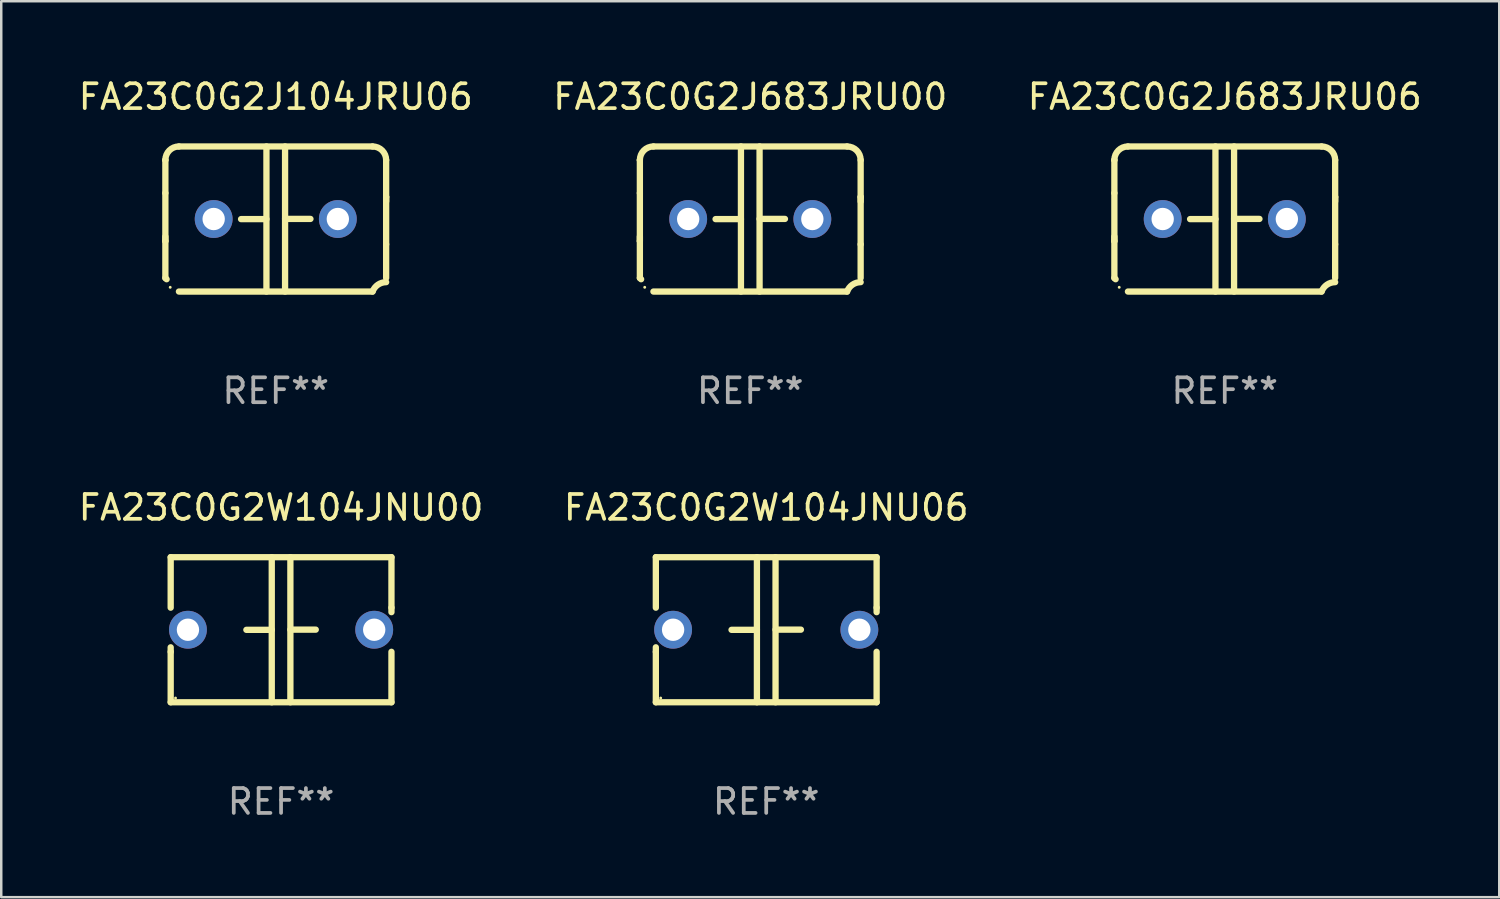
<source format=kicad_pcb>
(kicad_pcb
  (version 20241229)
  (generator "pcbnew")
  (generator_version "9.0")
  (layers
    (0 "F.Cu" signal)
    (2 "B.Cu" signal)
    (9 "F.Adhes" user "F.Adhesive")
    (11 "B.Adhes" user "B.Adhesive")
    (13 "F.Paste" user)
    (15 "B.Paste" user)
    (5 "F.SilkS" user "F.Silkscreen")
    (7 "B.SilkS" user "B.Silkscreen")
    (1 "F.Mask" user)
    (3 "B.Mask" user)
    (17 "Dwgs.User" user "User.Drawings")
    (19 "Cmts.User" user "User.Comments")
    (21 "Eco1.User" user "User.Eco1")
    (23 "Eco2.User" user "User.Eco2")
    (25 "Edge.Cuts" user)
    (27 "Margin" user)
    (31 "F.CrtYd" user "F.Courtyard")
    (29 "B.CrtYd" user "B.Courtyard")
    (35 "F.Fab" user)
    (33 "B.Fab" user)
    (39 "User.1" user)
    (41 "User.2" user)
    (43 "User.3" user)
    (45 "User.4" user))
  (footprint "FA23C0G2J104JRU06"
    (layer "F.Cu")
    (at 8.054 5.769)
    (property "Reference" "FA23C0G2J104JRU06" (at 0 -4.921 0) (layer "F.SilkS") (effects (font (size 1 1) (thickness 0.15))))
    (attr through_hole)
    (fp_line (start -4.445 2.375) (end -4.445 0.889) (stroke (width 0.254) (type solid)) (layer "F.SilkS"))
    (fp_line (start -4.445 -2.375) (end -4.445 -2.375) (stroke (width 0.254) (type solid)) (layer "F.SilkS"))
    (fp_line (start -4.445 -1.045) (end -4.445 -2.375) (stroke (width 0.254) (type solid)) (layer "F.SilkS"))
    (fp_line (start -4.445 -1.045) (end -4.445 0.889) (stroke (width 0.254) (type solid)) (layer "F.SilkS"))
    (fp_line (start -4.445 0.889) (end -4.445 0.708) (stroke (width 0.254) (type solid)) (layer "F.SilkS"))
    (fp_line (start -3.899 -2.921) (end 3.899 -2.921) (stroke (width 0.254) (type solid)) (layer "F.SilkS"))
    (fp_line (start -0.375 0.004) (end -1.397 0.004) (stroke (width 0.254) (type solid)) (layer "F.SilkS"))
    (fp_line (start -0.375 2.921) (end -0.375 -2.921) (stroke (width 0.254) (type solid)) (layer "F.SilkS"))
    (fp_line (start 0.375 -2.921) (end 0.375 2.921) (stroke (width 0.254) (type solid)) (layer "F.SilkS"))
    (fp_line (start 0.375 -0.004) (end 1.397 -0.004) (stroke (width 0.254) (type solid)) (layer "F.SilkS"))
    (fp_line (start 3.899 2.921) (end -3.899 2.921) (stroke (width 0.254) (type solid)) (layer "F.SilkS"))
    (fp_line (start 4.445 -0.889) (end 4.445 -0.708) (stroke (width 0.254) (type solid)) (layer "F.SilkS"))
    (fp_line (start 4.445 -0.889) (end 4.445 1.02) (stroke (width 0.254) (type solid)) (layer "F.SilkS"))
    (fp_line (start 4.445 1.02) (end 4.445 2.375) (stroke (width 0.254) (type solid)) (layer "F.SilkS"))
    (fp_line (start 4.445 -2.375) (end 4.445 -0.889) (stroke (width 0.254) (type solid)) (layer "F.SilkS"))
    (fp_arc (start -4.445034 -2.374778) (mid -4.285049 -2.761028) (end -3.898806 -2.921031) (stroke (width 0.254001) (type solid)) (layer "F.SilkS"))
    (fp_arc (start -4.445034 2.374803) (mid -4.4201 2.399713) (end -4.395166 2.424624) (stroke (width 0.254001) (type solid)) (layer "F.SilkS"))
    (fp_arc (start 3.898781 -2.921031) (mid 4.285035 -2.76105) (end 4.445034 -2.374803) (stroke (width 0.254001) (type solid)) (layer "F.SilkS"))
    (fp_arc (start 3.898806 2.921031) (mid 4.112864 2.64665) (end 4.445037 2.542888) (stroke (width 0.254001) (type solid)) (layer "F.SilkS"))
    (fp_circle (center -4.25 2.75) (end -4.22 2.75) (stroke (width 0.06) (type solid)) (fill no) (layer "F.SilkS"))
    (fp_text user "REF**" (at 0 6.921 0) (layer "F.Fab") (effects (font (size 1 1) (thickness 0.15))))
    (pad "1" thru_hole circle (at -2.5 0) (size 1.524 1.524) (drill 0.9) (layers "*.Cu" "*.Mask"))
    (pad "2" thru_hole circle (at 2.5 0) (size 1.524 1.524) (drill 0.9) (layers "*.Cu" "*.Mask")))
  (footprint "FA23C0G2J683JRU06"
    (layer "F.Cu")
    (at 46.268 5.769)
    (property "Reference" "FA23C0G2J683JRU06" (at 0 -4.921 0) (layer "F.SilkS") (effects (font (size 1 1) (thickness 0.15))))
    (attr through_hole)
    (fp_line (start -4.445 2.375) (end -4.445 0.889) (stroke (width 0.254) (type solid)) (layer "F.SilkS"))
    (fp_line (start -4.445 -2.375) (end -4.445 -2.375) (stroke (width 0.254) (type solid)) (layer "F.SilkS"))
    (fp_line (start -4.445 -1.045) (end -4.445 -2.375) (stroke (width 0.254) (type solid)) (layer "F.SilkS"))
    (fp_line (start -4.445 -1.045) (end -4.445 0.889) (stroke (width 0.254) (type solid)) (layer "F.SilkS"))
    (fp_line (start -4.445 0.889) (end -4.445 0.708) (stroke (width 0.254) (type solid)) (layer "F.SilkS"))
    (fp_line (start -3.899 -2.921) (end 3.899 -2.921) (stroke (width 0.254) (type solid)) (layer "F.SilkS"))
    (fp_line (start -0.375 0.004) (end -1.397 0.004) (stroke (width 0.254) (type solid)) (layer "F.SilkS"))
    (fp_line (start -0.375 2.921) (end -0.375 -2.921) (stroke (width 0.254) (type solid)) (layer "F.SilkS"))
    (fp_line (start 0.375 -2.921) (end 0.375 2.921) (stroke (width 0.254) (type solid)) (layer "F.SilkS"))
    (fp_line (start 0.375 -0.004) (end 1.397 -0.004) (stroke (width 0.254) (type solid)) (layer "F.SilkS"))
    (fp_line (start 3.899 2.921) (end -3.899 2.921) (stroke (width 0.254) (type solid)) (layer "F.SilkS"))
    (fp_line (start 4.445 -0.889) (end 4.445 -0.708) (stroke (width 0.254) (type solid)) (layer "F.SilkS"))
    (fp_line (start 4.445 -0.889) (end 4.445 1.02) (stroke (width 0.254) (type solid)) (layer "F.SilkS"))
    (fp_line (start 4.445 1.02) (end 4.445 2.375) (stroke (width 0.254) (type solid)) (layer "F.SilkS"))
    (fp_line (start 4.445 -2.375) (end 4.445 -0.889) (stroke (width 0.254) (type solid)) (layer "F.SilkS"))
    (fp_arc (start -4.445034 -2.374778) (mid -4.285049 -2.761028) (end -3.898806 -2.921031) (stroke (width 0.254001) (type solid)) (layer "F.SilkS"))
    (fp_arc (start -4.445034 2.374803) (mid -4.4201 2.399713) (end -4.395166 2.424624) (stroke (width 0.254001) (type solid)) (layer "F.SilkS"))
    (fp_arc (start 3.898781 -2.921031) (mid 4.285035 -2.76105) (end 4.445034 -2.374803) (stroke (width 0.254001) (type solid)) (layer "F.SilkS"))
    (fp_arc (start 3.898806 2.921031) (mid 4.112864 2.64665) (end 4.445037 2.542888) (stroke (width 0.254001) (type solid)) (layer "F.SilkS"))
    (fp_circle (center -4.25 2.75) (end -4.22 2.75) (stroke (width 0.06) (type solid)) (fill no) (layer "F.SilkS"))
    (fp_text user "REF**" (at 0 6.921 0) (layer "F.Fab") (effects (font (size 1 1) (thickness 0.15))))
    (pad "1" thru_hole circle (at -2.5 0) (size 1.524 1.524) (drill 0.9) (layers "*.Cu" "*.Mask"))
    (pad "2" thru_hole circle (at 2.5 0) (size 1.524 1.524) (drill 0.9) (layers "*.Cu" "*.Mask")))
  (footprint "FA23C0G2W104JNU00"
    (layer "F.Cu")
    (at 8.268 22.308)
    (property "Reference" "FA23C0G2W104JNU00" (at 0 -4.921 0) (layer "F.SilkS") (effects (font (size 1 1) (thickness 0.15))))
    (attr through_hole)
    (fp_line (start -4.445 -2.921) (end 4.445 -2.921) (stroke (width 0.254) (type solid)) (layer "F.SilkS"))
    (fp_line (start -4.445 -0.889) (end -4.445 -2.921) (stroke (width 0.254) (type solid)) (layer "F.SilkS"))
    (fp_line (start -4.445 0.889) (end -4.445 0.708) (stroke (width 0.254) (type solid)) (layer "F.SilkS"))
    (fp_line (start -4.445 2.921) (end -4.445 0.889) (stroke (width 0.254) (type solid)) (layer "F.SilkS"))
    (fp_line (start -0.375 0.004) (end -1.397 0.004) (stroke (width 0.254) (type solid)) (layer "F.SilkS"))
    (fp_line (start -0.375 2.921) (end -0.375 -2.921) (stroke (width 0.254) (type solid)) (layer "F.SilkS"))
    (fp_line (start 0.375 -2.921) (end 0.375 2.921) (stroke (width 0.254) (type solid)) (layer "F.SilkS"))
    (fp_line (start 0.375 -0.004) (end 1.397 -0.004) (stroke (width 0.254) (type solid)) (layer "F.SilkS"))
    (fp_line (start 4.445 -2.921) (end 4.445 -0.889) (stroke (width 0.254) (type solid)) (layer "F.SilkS"))
    (fp_line (start 4.445 -0.889) (end 4.445 -0.708) (stroke (width 0.254) (type solid)) (layer "F.SilkS"))
    (fp_line (start 4.445 0.889) (end 4.445 2.921) (stroke (width 0.254) (type solid)) (layer "F.SilkS"))
    (fp_line (start 4.445 2.921) (end -4.445 2.921) (stroke (width 0.254) (type solid)) (layer "F.SilkS"))
    (fp_circle (center -4.25 2.75) (end -4.22 2.75) (stroke (width 0.06) (type solid)) (fill no) (layer "F.SilkS"))
    (fp_text user "REF**" (at 0 6.921 0) (layer "F.Fab") (effects (font (size 1 1) (thickness 0.15))))
    (pad "1" thru_hole circle (at -3.75 0) (size 1.524 1.524) (drill 0.9) (layers "*.Cu" "*.Mask"))
    (pad "2" thru_hole circle (at 3.75 0) (size 1.524 1.524) (drill 0.9) (layers "*.Cu" "*.Mask")))
  (footprint "FA23C0G2W104JNU06"
    (layer "F.Cu")
    (at 27.804 22.308)
    (property "Reference" "FA23C0G2W104JNU06" (at 0 -4.921 0) (layer "F.SilkS") (effects (font (size 1 1) (thickness 0.15))))
    (attr through_hole)
    (fp_line (start -4.445 -2.921) (end 4.445 -2.921) (stroke (width 0.254) (type solid)) (layer "F.SilkS"))
    (fp_line (start -4.445 -0.889) (end -4.445 -2.921) (stroke (width 0.254) (type solid)) (layer "F.SilkS"))
    (fp_line (start -4.445 0.889) (end -4.445 0.708) (stroke (width 0.254) (type solid)) (layer "F.SilkS"))
    (fp_line (start -4.445 2.921) (end -4.445 0.889) (stroke (width 0.254) (type solid)) (layer "F.SilkS"))
    (fp_line (start -0.375 0.004) (end -1.397 0.004) (stroke (width 0.254) (type solid)) (layer "F.SilkS"))
    (fp_line (start -0.375 2.921) (end -0.375 -2.921) (stroke (width 0.254) (type solid)) (layer "F.SilkS"))
    (fp_line (start 0.375 -2.921) (end 0.375 2.921) (stroke (width 0.254) (type solid)) (layer "F.SilkS"))
    (fp_line (start 0.375 -0.004) (end 1.397 -0.004) (stroke (width 0.254) (type solid)) (layer "F.SilkS"))
    (fp_line (start 4.445 -2.921) (end 4.445 -0.889) (stroke (width 0.254) (type solid)) (layer "F.SilkS"))
    (fp_line (start 4.445 -0.889) (end 4.445 -0.708) (stroke (width 0.254) (type solid)) (layer "F.SilkS"))
    (fp_line (start 4.445 0.889) (end 4.445 2.921) (stroke (width 0.254) (type solid)) (layer "F.SilkS"))
    (fp_line (start 4.445 2.921) (end -4.445 2.921) (stroke (width 0.254) (type solid)) (layer "F.SilkS"))
    (fp_circle (center -4.25 2.75) (end -4.22 2.75) (stroke (width 0.06) (type solid)) (fill no) (layer "F.SilkS"))
    (fp_text user "REF**" (at 0 6.921 0) (layer "F.Fab") (effects (font (size 1 1) (thickness 0.15))))
    (pad "1" thru_hole circle (at -3.75 0) (size 1.524 1.524) (drill 0.9) (layers "*.Cu" "*.Mask"))
    (pad "2" thru_hole circle (at 3.75 0) (size 1.524 1.524) (drill 0.9) (layers "*.Cu" "*.Mask")))
  (footprint "FA23C0G2J683JRU00"
    (layer "F.Cu")
    (at 27.161 5.769)
    (property "Reference" "FA23C0G2J683JRU00" (at 0 -4.921 0) (layer "F.SilkS") (effects (font (size 1 1) (thickness 0.15))))
    (attr through_hole)
    (fp_line (start -4.445 2.375) (end -4.445 0.889) (stroke (width 0.254) (type solid)) (layer "F.SilkS"))
    (fp_line (start -4.445 -2.375) (end -4.445 -2.375) (stroke (width 0.254) (type solid)) (layer "F.SilkS"))
    (fp_line (start -4.445 -1.045) (end -4.445 -2.375) (stroke (width 0.254) (type solid)) (layer "F.SilkS"))
    (fp_line (start -4.445 -1.045) (end -4.445 0.889) (stroke (width 0.254) (type solid)) (layer "F.SilkS"))
    (fp_line (start -4.445 0.889) (end -4.445 0.708) (stroke (width 0.254) (type solid)) (layer "F.SilkS"))
    (fp_line (start -3.899 -2.921) (end 3.899 -2.921) (stroke (width 0.254) (type solid)) (layer "F.SilkS"))
    (fp_line (start -0.375 0.004) (end -1.397 0.004) (stroke (width 0.254) (type solid)) (layer "F.SilkS"))
    (fp_line (start -0.375 2.921) (end -0.375 -2.921) (stroke (width 0.254) (type solid)) (layer "F.SilkS"))
    (fp_line (start 0.375 -2.921) (end 0.375 2.921) (stroke (width 0.254) (type solid)) (layer "F.SilkS"))
    (fp_line (start 0.375 -0.004) (end 1.397 -0.004) (stroke (width 0.254) (type solid)) (layer "F.SilkS"))
    (fp_line (start 3.899 2.921) (end -3.899 2.921) (stroke (width 0.254) (type solid)) (layer "F.SilkS"))
    (fp_line (start 4.445 -0.889) (end 4.445 -0.708) (stroke (width 0.254) (type solid)) (layer "F.SilkS"))
    (fp_line (start 4.445 -0.889) (end 4.445 1.02) (stroke (width 0.254) (type solid)) (layer "F.SilkS"))
    (fp_line (start 4.445 1.02) (end 4.445 2.375) (stroke (width 0.254) (type solid)) (layer "F.SilkS"))
    (fp_line (start 4.445 -2.375) (end 4.445 -0.889) (stroke (width 0.254) (type solid)) (layer "F.SilkS"))
    (fp_arc (start -4.445034 -2.374778) (mid -4.285049 -2.761028) (end -3.898806 -2.921031) (stroke (width 0.254001) (type solid)) (layer "F.SilkS"))
    (fp_arc (start -4.445034 2.374803) (mid -4.4201 2.399713) (end -4.395166 2.424624) (stroke (width 0.254001) (type solid)) (layer "F.SilkS"))
    (fp_arc (start 3.898781 -2.921031) (mid 4.285035 -2.76105) (end 4.445034 -2.374803) (stroke (width 0.254001) (type solid)) (layer "F.SilkS"))
    (fp_arc (start 3.898806 2.921031) (mid 4.112864 2.64665) (end 4.445037 2.542888) (stroke (width 0.254001) (type solid)) (layer "F.SilkS"))
    (fp_circle (center -4.25 2.75) (end -4.22 2.75) (stroke (width 0.06) (type solid)) (fill no) (layer "F.SilkS"))
    (fp_text user "REF**" (at 0 6.921 0) (layer "F.Fab") (effects (font (size 1 1) (thickness 0.15))))
    (pad "1" thru_hole circle (at -2.5 0) (size 1.524 1.524) (drill 0.9) (layers "*.Cu" "*.Mask"))
    (pad "2" thru_hole circle (at 2.5 0) (size 1.524 1.524) (drill 0.9) (layers "*.Cu" "*.Mask")))
  (gr_rect
    (start -3 -3)
    (end 57.321 33.077)
    (stroke (width 0.1) (type default))
    (fill no)
    (layer "Edge.Cuts")))
</source>
